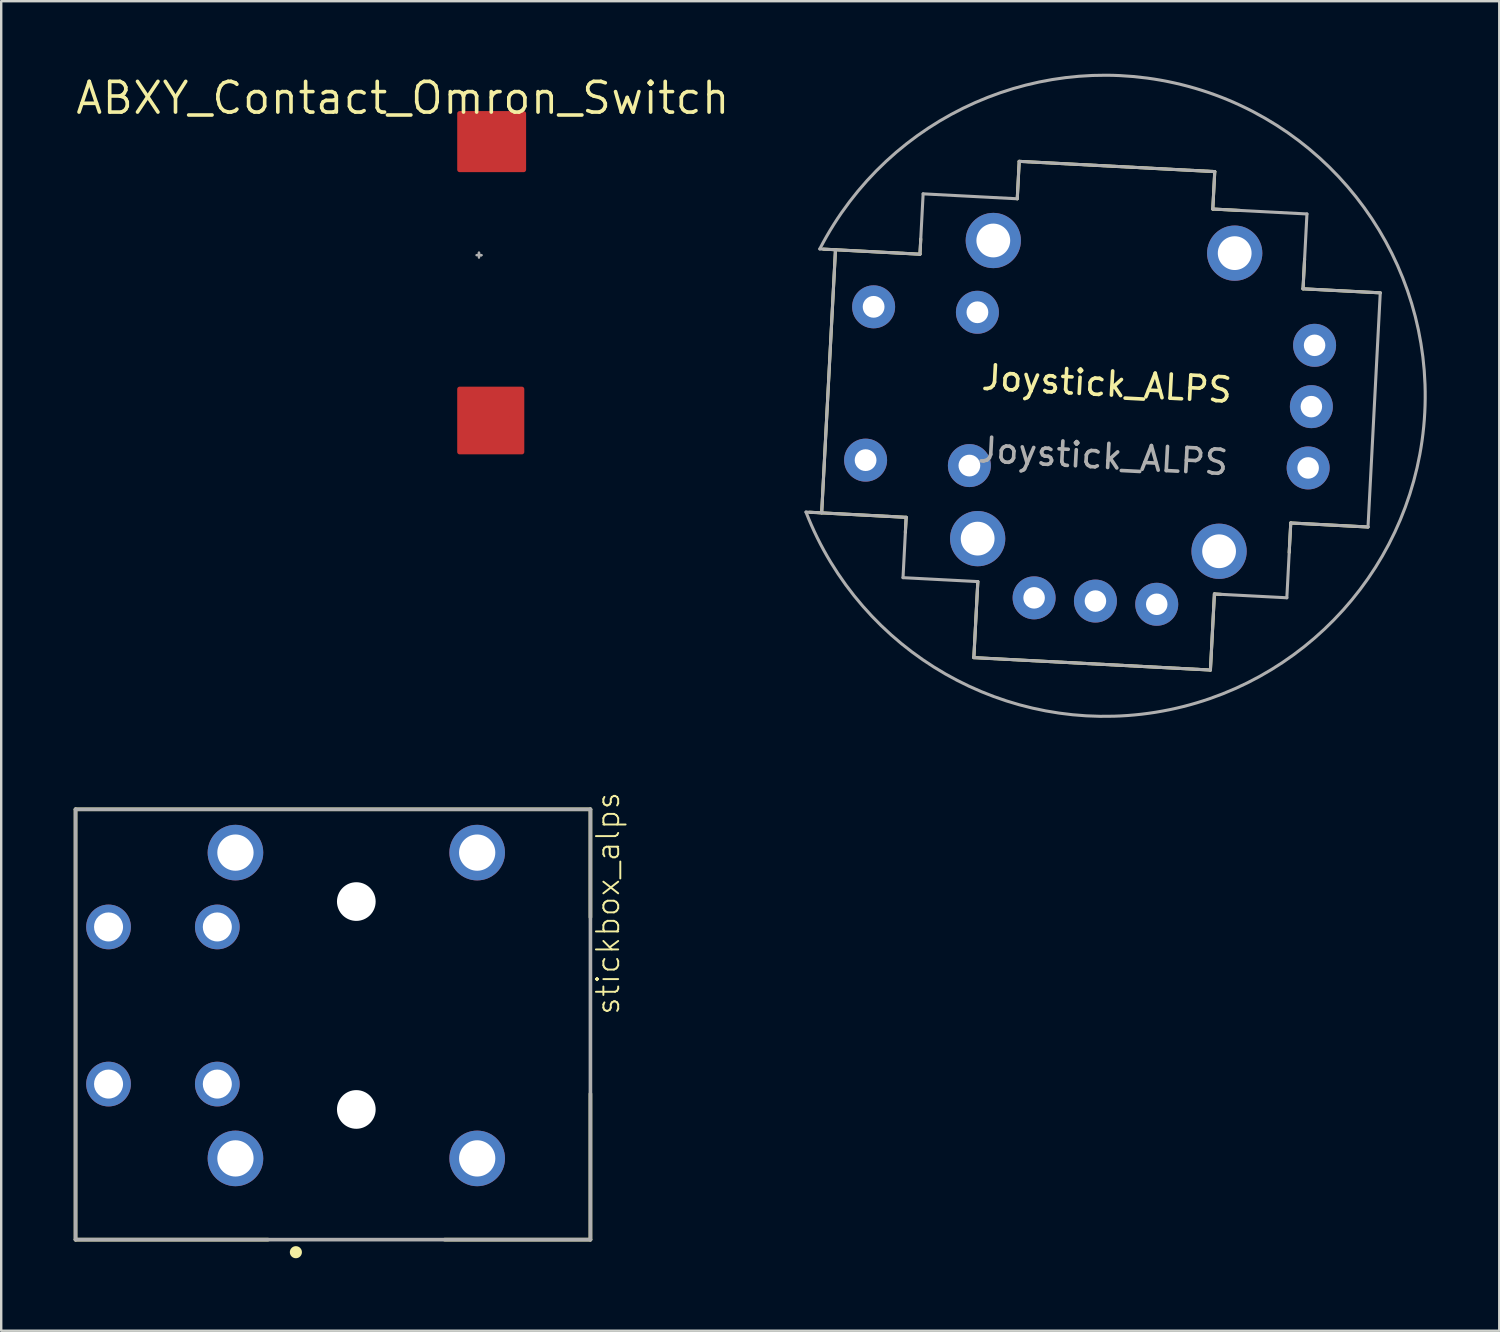
<source format=kicad_pcb>
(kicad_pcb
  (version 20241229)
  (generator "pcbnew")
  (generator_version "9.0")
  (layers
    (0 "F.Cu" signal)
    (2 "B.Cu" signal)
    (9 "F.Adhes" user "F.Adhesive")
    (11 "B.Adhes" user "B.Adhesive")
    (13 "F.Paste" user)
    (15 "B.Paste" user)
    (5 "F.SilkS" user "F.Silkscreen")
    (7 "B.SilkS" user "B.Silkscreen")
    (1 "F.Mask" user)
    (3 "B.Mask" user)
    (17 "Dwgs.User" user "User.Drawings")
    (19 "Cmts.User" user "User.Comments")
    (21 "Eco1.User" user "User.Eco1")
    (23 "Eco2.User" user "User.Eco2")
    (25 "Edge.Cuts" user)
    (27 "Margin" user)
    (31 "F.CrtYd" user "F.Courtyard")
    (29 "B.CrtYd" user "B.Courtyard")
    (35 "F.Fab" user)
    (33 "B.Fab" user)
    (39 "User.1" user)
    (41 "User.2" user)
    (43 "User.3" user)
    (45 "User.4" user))
  (footprint "stickbox_alps"
    (layer "F.Cu")
    (at 11.69 38.546)
    (property "Reference" "stickbox_alps" (at 10.95 -8.9 90) (layer "F.SilkS") (effects (font (size 0.92 0.92) (thickness 0.08)) (justify right bottom)))
    (fp_circle (center -3.5 -3.5) (end -3.5 -2.85) (stroke (width 1.3) (type solid)) (fill yes) (layer "In1.Cu"))
    (fp_circle (center -3.5 3.5) (end -3.5 4.15) (stroke (width 1.3) (type solid)) (fill yes) (layer "In1.Cu"))
    (fp_circle (center 3.5 -3.5) (end 3.5 -2.85) (stroke (width 1.3) (type solid)) (fill yes) (layer "In1.Cu"))
    (fp_circle (center 3.5 3.5) (end 3.5 4.15) (stroke (width 1.3) (type solid)) (fill yes) (layer "In1.Cu"))
    (fp_poly (pts (xy -6.639 1.1) (xy -6.639 -0.424) (xy -1.67 -1.1) (xy -1.67 0.467)) (stroke (width 0) (type solid)) (fill yes) (layer "In1.Cu"))
    (fp_line (start -11.615 -8.115) (end -11.615 9.685) (stroke (width 0.15) (type solid)) (layer "F.SilkS"))
    (fp_line (start -11.615 -8.115) (end 9.685 -8.115) (stroke (width 0.15) (type solid)) (layer "F.SilkS"))
    (fp_line (start -11.615 9.685) (end -3.65 9.685) (stroke (width 0.15) (type solid)) (layer "F.SilkS"))
    (fp_line (start 3.65 9.685) (end 9.685 9.685) (stroke (width 0.15) (type solid)) (layer "F.SilkS"))
    (fp_line (start 9.685 -8.115) (end 9.685 -3.65) (stroke (width 0.15) (type solid)) (layer "F.SilkS"))
    (fp_line (start 9.685 3.65) (end 9.685 9.685) (stroke (width 0.15) (type solid)) (layer "F.SilkS"))
    (fp_circle (center -2.5 10.205) (end -2.5 10.33) (stroke (width 0.25) (type solid)) (fill yes) (layer "F.SilkS"))
    (fp_line (start -11.615 -8.115) (end 9.685 -8.115) (stroke (width 0.15) (type solid)) (layer "F.Fab"))
    (fp_line (start -11.615 9.685) (end -11.615 -8.115) (stroke (width 0.15) (type solid)) (layer "F.Fab"))
    (fp_line (start 9.685 -8.115) (end 9.685 9.685) (stroke (width 0.15) (type solid)) (layer "F.Fab"))
    (fp_line (start 9.685 9.685) (end -11.615 9.685) (stroke (width 0.15) (type solid)) (layer "F.Fab"))
    (pad "" np_thru_hole circle (at 0 -4.3 270) (size 1.6 1.6) (drill 1.6) (layers "*.Cu" "*.Mask"))
    (pad "" np_thru_hole circle (at 0 4.3 270) (size 1.6 1.6) (drill 1.6) (layers "*.Cu" "*.Mask"))
    (pad "1" thru_hole circle (at 5 -6.325 270) (size 2.3 2.3) (drill 1.5) (layers "*.Cu" "*.Mask"))
    (pad "2" thru_hole circle (at 5 6.325 270) (size 2.3 2.3) (drill 1.5) (layers "*.Cu" "*.Mask"))
    (pad "3" thru_hole circle (at -5 -6.325 270) (size 2.3 2.3) (drill 1.5) (layers "*.Cu" "*.Mask"))
    (pad "4" thru_hole circle (at -5 6.325 270) (size 2.3 2.3) (drill 1.5) (layers "*.Cu" "*.Mask"))
    (pad "A" thru_hole circle (at -5.75 -3.25 270) (size 1.85 1.85) (drill 1.2) (layers "*.Cu" "*.Mask"))
    (pad "B" thru_hole circle (at -10.25 -3.25 270) (size 1.85 1.85) (drill 1.2) (layers "*.Cu" "*.Mask"))
    (pad "C" thru_hole circle (at -5.75 3.25 270) (size 1.85 1.85) (drill 1.2) (layers "*.Cu" "*.Mask"))
    (pad "D" thru_hole circle (at -10.25 3.25 270) (size 1.85 1.85) (drill 1.2) (layers "*.Cu" "*.Mask")))
  (footprint "Joystick_ALPS"
    (layer "F.Cu")
    (at 42.71 13.353)
    (property "Reference" "Joystick_ALPS" (at 0.027 -0.525 357) (unlocked yes) (layer "F.SilkS") (effects (font (size 1 1) (thickness 0.15))))
    (attr through_hole)
    (fp_line (start -11.769 4.814) (end -11.198 -6.071) (stroke (width 0.127) (type solid)) (layer "F.SilkS"))
    (fp_line (start -11.698 -6.097) (end -7.703 -5.887) (stroke (width 0.127) (type solid)) (layer "F.SilkS"))
    (fp_line (start -8.306 5.617) (end -8.274 4.998) (stroke (width 0.127) (type solid)) (layer "F.SilkS"))
    (fp_line (start -8.274 4.998) (end -12.268 4.788) (stroke (width 0.127) (type solid)) (layer "F.SilkS"))
    (fp_line (start -7.703 -5.887) (end -7.67 -6.517) (stroke (width 0.127) (type solid)) (layer "F.SilkS"))
    (fp_line (start -5.474 10.802) (end -5.309 7.656) (stroke (width 0.127) (type solid)) (layer "F.SilkS"))
    (fp_line (start -3.678 -8.18) (end -3.597 -9.728) (stroke (width 0.127) (type solid)) (layer "F.SilkS"))
    (fp_line (start -3.597 -9.728) (end 4.492 -9.304) (stroke (width 0.127) (type solid)) (layer "F.SilkS"))
    (fp_line (start 4.313 11.315) (end -5.474 10.802) (stroke (width 0.127) (type solid)) (layer "F.SilkS"))
    (fp_line (start 4.411 -7.756) (end 5.53 -7.697) (stroke (width 0.127) (type solid)) (layer "F.SilkS"))
    (fp_line (start 4.478 8.169) (end 4.313 11.315) (stroke (width 0.127) (type solid)) (layer "F.SilkS"))
    (fp_line (start 4.492 -9.304) (end 4.411 -7.756) (stroke (width 0.127) (type solid)) (layer "F.SilkS"))
    (fp_line (start 4.748 8.184) (end 4.478 8.169) (stroke (width 0.127) (type solid)) (layer "F.SilkS"))
    (fp_line (start 7.636 5.231) (end 7.572 6.449) (stroke (width 0.127) (type solid)) (layer "F.SilkS"))
    (fp_line (start 8.144 -4.456) (end 11.339 -4.289) (stroke (width 0.127) (type solid)) (layer "F.SilkS"))
    (fp_line (start 8.208 -5.684) (end 8.144 -4.456) (stroke (width 0.127) (type solid)) (layer "F.SilkS"))
    (fp_line (start 10.832 5.398) (end 7.636 5.231) (stroke (width 0.127) (type solid)) (layer "F.SilkS"))
    (fp_line (start -12.418 4.78) (end -8.274 4.998) (stroke (width 0.127) (type solid)) (layer "F.Fab"))
    (fp_line (start -11.847 -6.105) (end -7.703 -5.887) (stroke (width 0.127) (type solid)) (layer "F.Fab"))
    (fp_line (start -11.198 -6.071) (end -11.769 4.814) (stroke (width 0.127) (type solid)) (layer "F.Fab"))
    (fp_line (start -8.274 4.998) (end -8.404 7.494) (stroke (width 0.127) (type solid)) (layer "F.Fab"))
    (fp_line (start -7.572 -8.384) (end -7.703 -5.887) (stroke (width 0.127) (type solid)) (layer "F.Fab"))
    (fp_line (start -5.474 10.802) (end 4.313 11.315) (stroke (width 0.127) (type solid)) (layer "F.Fab"))
    (fp_line (start -5.309 7.656) (end -8.404 7.494) (stroke (width 0.127) (type solid)) (layer "F.Fab"))
    (fp_line (start -5.309 7.656) (end -5.474 10.802) (stroke (width 0.127) (type solid)) (layer "F.Fab"))
    (fp_line (start -3.678 -8.18) (end -7.572 -8.384) (stroke (width 0.127) (type solid)) (layer "F.Fab"))
    (fp_line (start -3.678 -8.18) (end -3.597 -9.728) (stroke (width 0.127) (type solid)) (layer "F.Fab"))
    (fp_line (start -3.597 -9.728) (end 4.492 -9.304) (stroke (width 0.127) (type solid)) (layer "F.Fab"))
    (fp_line (start 4.411 -7.756) (end 4.492 -9.304) (stroke (width 0.127) (type solid)) (layer "F.Fab"))
    (fp_line (start 4.411 -7.756) (end 8.306 -7.552) (stroke (width 0.127) (type solid)) (layer "F.Fab"))
    (fp_line (start 4.478 8.169) (end 4.313 11.315) (stroke (width 0.127) (type solid)) (layer "F.Fab"))
    (fp_line (start 4.478 8.169) (end 7.474 8.326) (stroke (width 0.127) (type solid)) (layer "F.Fab"))
    (fp_line (start 7.636 5.231) (end 7.474 8.326) (stroke (width 0.127) (type solid)) (layer "F.Fab"))
    (fp_line (start 8.144 -4.456) (end 8.306 -7.552) (stroke (width 0.127) (type solid)) (layer "F.Fab"))
    (fp_line (start 10.832 5.398) (end 7.636 5.231) (stroke (width 0.127) (type solid)) (layer "F.Fab"))
    (fp_line (start 11.339 -4.289) (end 8.144 -4.456) (stroke (width 0.127) (type solid)) (layer "F.Fab"))
    (fp_line (start 11.339 -4.289) (end 10.832 5.398) (stroke (width 0.127) (type solid)) (layer "F.Fab"))
    (fp_arc (start -11.847433 -6.104581) (mid 13.180102 0.664536) (end -12.417895 4.780481) (stroke (width 0.127) (type solid)) (layer "F.Fab"))
    (fp_text user "${REFERENCE}" (at -0.13 2.47 357) (unlocked yes) (layer "F.Fab") (effects (font (size 1 1) (thickness 0.15))))
    (pad "B1A" thru_hole circle (at -9.952 2.632 87) (size 1.778 1.778) (drill 0.9) (layers "*.Cu" "*.Mask"))
    (pad "B1B" thru_hole circle (at -9.62 -3.71 87) (size 1.778 1.778) (drill 0.9) (layers "*.Cu" "*.Mask"))
    (pad "B2A" thru_hole circle (at -5.658 2.857 87) (size 1.778 1.778) (drill 0.9) (layers "*.Cu" "*.Mask"))
    (pad "B2B" thru_hole circle (at -5.326 -3.485 87) (size 1.778 1.778) (drill 0.9) (layers "*.Cu" "*.Mask"))
    (pad "H1" thru_hole circle (at 8.356 2.955 87) (size 1.778 1.778) (drill 0.889) (layers "*.Cu" "*.Mask"))
    (pad "H2" thru_hole circle (at 8.489 0.419 87) (size 1.778 1.778) (drill 0.889) (layers "*.Cu" "*.Mask"))
    (pad "H3" thru_hole circle (at 8.622 -2.118 87) (size 1.778 1.778) (drill 0.889) (layers "*.Cu" "*.Mask"))
    (pad "S1" thru_hole circle (at -5.316 5.879 87) (size 2.286 2.286) (drill 1.397) (layers "*.Cu" "*.Mask"))
    (pad "S2" thru_hole circle (at 4.671 6.402 87) (size 2.286 2.286) (drill 1.397) (layers "*.Cu" "*.Mask"))
    (pad "S3" thru_hole circle (at 5.317 -5.931 87) (size 2.286 2.286) (drill 1.397) (layers "*.Cu" "*.Mask"))
    (pad "S4" thru_hole circle (at -4.669 -6.454 87) (size 2.286 2.286) (drill 1.397) (layers "*.Cu" "*.Mask"))
    (pad "V1" thru_hole circle (at -2.981 8.329 87) (size 1.778 1.778) (drill 0.889) (layers "*.Cu" "*.Mask"))
    (pad "V2" thru_hole circle (at -0.444 8.462 87) (size 1.778 1.778) (drill 0.889) (layers "*.Cu" "*.Mask"))
    (pad "V3" thru_hole circle (at 2.092 8.595 87) (size 1.778 1.778) (drill 0.889) (layers "*.Cu" "*.Mask")))
  (footprint "ABXY_Contact_Omron_Switch"
    (layer "F.Cu")
    (at 16.764 7.506)
    (property "Reference" "ABXY_Contact_Omron_Switch" (at -3.15 -6.5 0) (layer "F.SilkS") (effects (font (size 1.27 1.27) (thickness 0.15))))
    (attr through_hole)
    (fp_rect (start -0.8 5.54) (end 1.775 8.14) (stroke (width 0.2) (type solid)) (fill yes) (layer "F.Cu"))
    (fp_rect (start 1.85 -3.535) (end -0.8 -5.86) (stroke (width 0.2) (type solid)) (fill yes) (layer "F.Cu"))
    (fp_rect (start -0.8 -5.86) (end 1.8 -3.435) (stroke (width 0) (type solid)) (fill yes) (layer "F.Mask"))
    (fp_rect (start -0.8 5.54) (end 1.8 8.14) (stroke (width 0) (type solid)) (fill yes) (layer "F.Mask"))
    (fp_line (start 0 -0.1) (end 0 0.1) (stroke (width 0.1) (type solid)) (layer "F.Fab"))
    (fp_line (start 0 0) (end 0 -0.1) (stroke (width 0.1) (type solid)) (layer "F.Fab"))
    (fp_line (start 0 0) (end 0.1 0) (stroke (width 0.1) (type solid)) (layer "F.Fab"))
    (fp_line (start 0.1 0) (end -0.1 0) (stroke (width 0.1) (type solid)) (layer "F.Fab"))
    (pad "1" smd circle (at 0.5 -4.8) (size 1.524 1.524) (layers "F.Cu" "F.Mask" "F.Paste"))
    (pad "2" smd circle (at 0.525 6.825) (size 1.524 1.524) (layers "F.Cu" "F.Mask" "F.Paste"))
    (zone (net_name "") (layer "F.Cu") (hatch edge 0.508) (connect_pads) (min_thickness 0.254) (filled_areas_thickness no) (keepout (tracks not_allowed) (vias not_allowed) (pads allowed) (copperpour not_allowed) (footprints not_allowed)) (placement (enabled no)) (fill) (polygon (pts (xy 20.299 5.808) (xy 20.364 9.106) (xy 18.364 10.906) (xy 15.164 10.906) (xy 13.164 9.106) (xy 13.164 5.906) (xy 15.164 4.106) (xy 18.364 4.106)))))
  (gr_rect
    (start -3 -3)
    (end 58.972 52.001)
    (stroke (width 0.1) (type default))
    (fill no)
    (layer "Edge.Cuts")))
</source>
